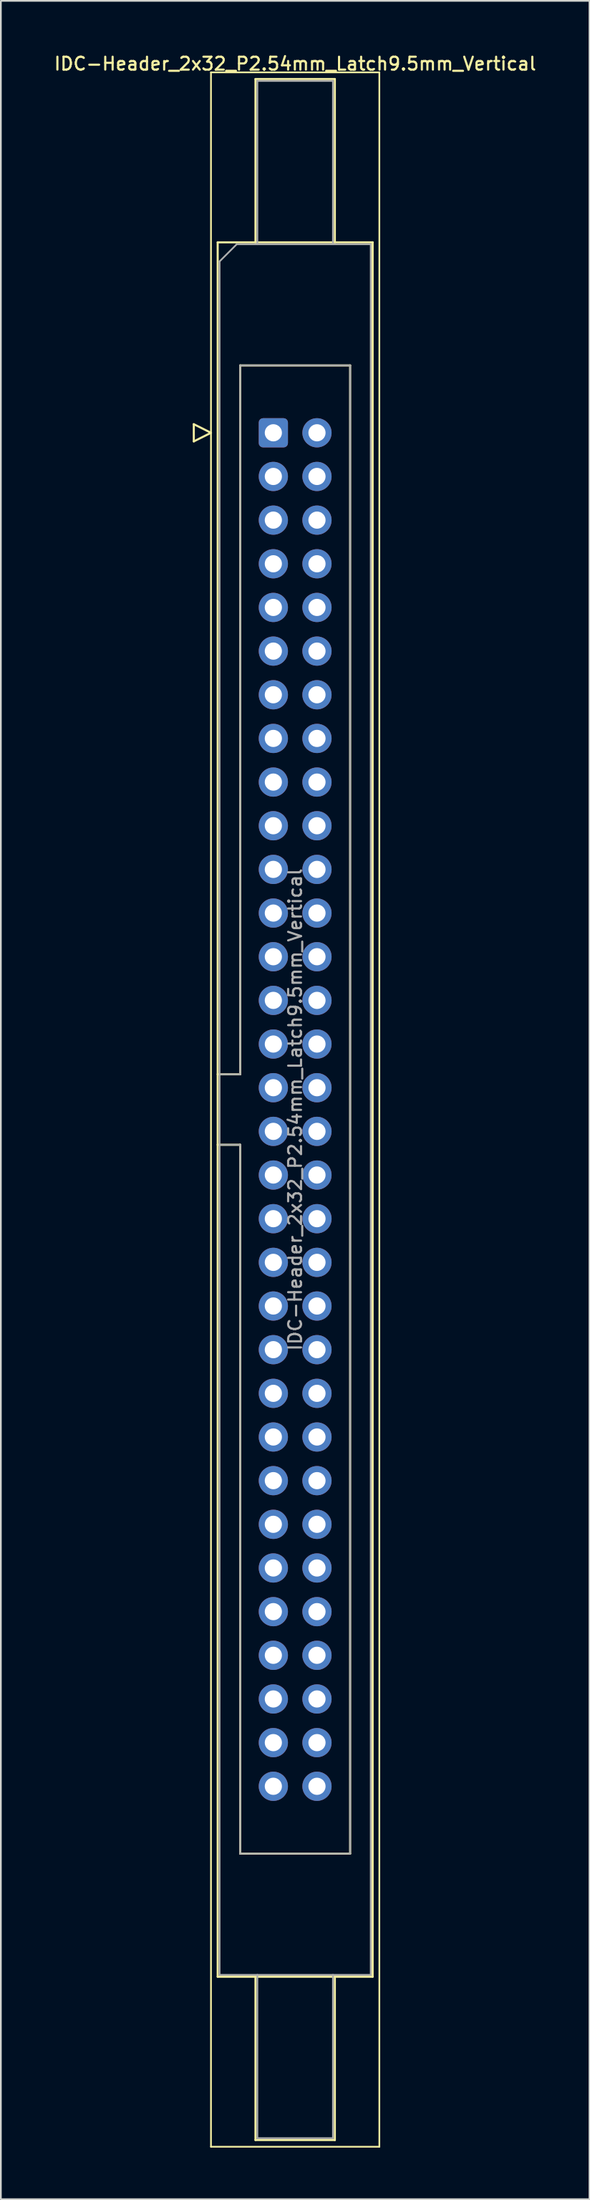
<source format=kicad_pcb>
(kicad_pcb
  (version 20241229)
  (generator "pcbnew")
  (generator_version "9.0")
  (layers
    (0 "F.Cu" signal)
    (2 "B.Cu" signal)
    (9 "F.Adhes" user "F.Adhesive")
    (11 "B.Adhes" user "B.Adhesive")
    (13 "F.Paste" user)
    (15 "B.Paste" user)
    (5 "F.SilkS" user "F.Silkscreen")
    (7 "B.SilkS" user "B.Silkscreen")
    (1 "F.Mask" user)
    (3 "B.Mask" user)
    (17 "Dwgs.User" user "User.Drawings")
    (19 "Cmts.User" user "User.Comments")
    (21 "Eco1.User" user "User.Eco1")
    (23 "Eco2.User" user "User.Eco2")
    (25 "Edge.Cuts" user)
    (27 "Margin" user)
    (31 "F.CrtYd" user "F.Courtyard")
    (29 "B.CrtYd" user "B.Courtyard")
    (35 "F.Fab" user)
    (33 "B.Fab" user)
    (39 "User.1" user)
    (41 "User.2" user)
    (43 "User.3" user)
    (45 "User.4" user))
  (footprint "IDC-Header_2x32_P2.54mm_Latch9.5mm_Vertical"
    (layer "F.Cu")
    (at 12.86 22.128)
    (property "Reference" "IDC-Header_2x32_P2.54mm_Latch9.5mm_Vertical" (at 1.27 -21.47 0) (layer "F.SilkS") (effects (font (size 0.75 0.75) (thickness 0.125))))
    (attr through_hole)
    (fp_line (start -4.63 -0.5) (end -4.63 0.5) (stroke (width 0.12) (type solid)) (layer "F.SilkS"))
    (fp_line (start -4.63 0.5) (end -3.63 0) (stroke (width 0.12) (type solid)) (layer "F.SilkS"))
    (fp_line (start -3.63 -20.97) (end -3.63 99.71) (stroke (width 0.1) (type solid)) (layer "F.SilkS"))
    (fp_line (start -3.63 0) (end -4.63 -0.5) (stroke (width 0.12) (type solid)) (layer "F.SilkS"))
    (fp_line (start -3.63 99.71) (end 6.17 99.71) (stroke (width 0.1) (type solid)) (layer "F.SilkS"))
    (fp_line (start -3.24 -11.08) (end 5.78 -11.08) (stroke (width 0.12) (type solid)) (layer "F.SilkS"))
    (fp_line (start -3.24 37.32) (end -1.93 37.32) (stroke (width 0.12) (type solid)) (layer "F.SilkS"))
    (fp_line (start -3.24 89.82) (end -3.24 -11.08) (stroke (width 0.12) (type solid)) (layer "F.SilkS"))
    (fp_line (start -1.93 -3.92) (end 4.47 -3.92) (stroke (width 0.12) (type solid)) (layer "F.SilkS"))
    (fp_line (start -1.93 37.32) (end -1.93 -3.92) (stroke (width 0.12) (type solid)) (layer "F.SilkS"))
    (fp_line (start -1.93 41.42) (end -3.24 41.42) (stroke (width 0.12) (type solid)) (layer "F.SilkS"))
    (fp_line (start -1.93 41.42) (end -1.93 41.42) (stroke (width 0.12) (type solid)) (layer "F.SilkS"))
    (fp_line (start -1.93 82.66) (end -1.93 41.42) (stroke (width 0.12) (type solid)) (layer "F.SilkS"))
    (fp_line (start -1.04 -20.58) (end 3.58 -20.58) (stroke (width 0.12) (type solid)) (layer "F.SilkS"))
    (fp_line (start -1.04 -11.08) (end -1.04 -20.58) (stroke (width 0.12) (type solid)) (layer "F.SilkS"))
    (fp_line (start -1.04 89.82) (end -1.04 99.32) (stroke (width 0.12) (type solid)) (layer "F.SilkS"))
    (fp_line (start -1.04 99.32) (end 3.58 99.32) (stroke (width 0.12) (type solid)) (layer "F.SilkS"))
    (fp_line (start 3.58 -20.58) (end 3.58 -11.08) (stroke (width 0.12) (type solid)) (layer "F.SilkS"))
    (fp_line (start 3.58 99.32) (end 3.58 89.82) (stroke (width 0.12) (type solid)) (layer "F.SilkS"))
    (fp_line (start 4.47 -3.92) (end 4.47 82.66) (stroke (width 0.12) (type solid)) (layer "F.SilkS"))
    (fp_line (start 4.47 82.66) (end -1.93 82.66) (stroke (width 0.12) (type solid)) (layer "F.SilkS"))
    (fp_line (start 5.78 -11.08) (end 5.78 89.82) (stroke (width 0.12) (type solid)) (layer "F.SilkS"))
    (fp_line (start 5.78 89.82) (end -3.24 89.82) (stroke (width 0.12) (type solid)) (layer "F.SilkS"))
    (fp_line (start 6.17 -20.97) (end -3.63 -20.97) (stroke (width 0.1) (type solid)) (layer "F.SilkS"))
    (fp_line (start 6.17 99.71) (end 6.17 -20.97) (stroke (width 0.1) (type solid)) (layer "F.SilkS"))
    (fp_line (start -3.13 -9.97) (end -2.13 -10.97) (stroke (width 0.1) (type solid)) (layer "F.Fab"))
    (fp_line (start -3.13 37.32) (end -1.93 37.32) (stroke (width 0.1) (type solid)) (layer "F.Fab"))
    (fp_line (start -3.13 89.71) (end -3.13 -9.97) (stroke (width 0.1) (type solid)) (layer "F.Fab"))
    (fp_line (start -2.13 -10.97) (end 5.67 -10.97) (stroke (width 0.1) (type solid)) (layer "F.Fab"))
    (fp_line (start -1.93 -3.92) (end 4.47 -3.92) (stroke (width 0.1) (type solid)) (layer "F.Fab"))
    (fp_line (start -1.93 37.32) (end -1.93 -3.92) (stroke (width 0.1) (type solid)) (layer "F.Fab"))
    (fp_line (start -1.93 41.42) (end -3.13 41.42) (stroke (width 0.1) (type solid)) (layer "F.Fab"))
    (fp_line (start -1.93 41.42) (end -1.93 41.42) (stroke (width 0.1) (type solid)) (layer "F.Fab"))
    (fp_line (start -1.93 82.66) (end -1.93 41.42) (stroke (width 0.1) (type solid)) (layer "F.Fab"))
    (fp_line (start -0.93 -20.47) (end 3.47 -20.47) (stroke (width 0.1) (type solid)) (layer "F.Fab"))
    (fp_line (start -0.93 -10.97) (end -0.93 -20.47) (stroke (width 0.1) (type solid)) (layer "F.Fab"))
    (fp_line (start -0.93 89.71) (end -0.93 99.21) (stroke (width 0.1) (type solid)) (layer "F.Fab"))
    (fp_line (start -0.93 99.21) (end 3.47 99.21) (stroke (width 0.1) (type solid)) (layer "F.Fab"))
    (fp_line (start 3.47 -20.47) (end 3.47 -10.97) (stroke (width 0.1) (type solid)) (layer "F.Fab"))
    (fp_line (start 3.47 99.21) (end 3.47 89.71) (stroke (width 0.1) (type solid)) (layer "F.Fab"))
    (fp_line (start 4.47 -3.92) (end 4.47 82.66) (stroke (width 0.1) (type solid)) (layer "F.Fab"))
    (fp_line (start 4.47 82.66) (end -1.93 82.66) (stroke (width 0.1) (type solid)) (layer "F.Fab"))
    (fp_line (start 5.67 -10.97) (end 5.67 89.71) (stroke (width 0.1) (type solid)) (layer "F.Fab"))
    (fp_line (start 5.67 89.71) (end -3.13 89.71) (stroke (width 0.1) (type solid)) (layer "F.Fab"))
    (fp_text user "${REFERENCE}" (at 1.27 39.37 90) (layer "F.Fab") (effects (font (size 0.75 0.75) (thickness 0.125))))
    (pad "1" thru_hole roundrect (at 0 0) (size 1.7 1.7) (drill 1) (layers "*.Cu" "*.Mask") (roundrect_rratio 0.147))
    (pad "2" thru_hole circle (at 2.54 0) (size 1.7 1.7) (drill 1) (layers "*.Cu" "*.Mask"))
    (pad "3" thru_hole circle (at 0 2.54) (size 1.7 1.7) (drill 1) (layers "*.Cu" "*.Mask"))
    (pad "4" thru_hole circle (at 2.54 2.54) (size 1.7 1.7) (drill 1) (layers "*.Cu" "*.Mask"))
    (pad "5" thru_hole circle (at 0 5.08) (size 1.7 1.7) (drill 1) (layers "*.Cu" "*.Mask"))
    (pad "6" thru_hole circle (at 2.54 5.08) (size 1.7 1.7) (drill 1) (layers "*.Cu" "*.Mask"))
    (pad "7" thru_hole circle (at 0 7.62) (size 1.7 1.7) (drill 1) (layers "*.Cu" "*.Mask"))
    (pad "8" thru_hole circle (at 2.54 7.62) (size 1.7 1.7) (drill 1) (layers "*.Cu" "*.Mask"))
    (pad "9" thru_hole circle (at 0 10.16) (size 1.7 1.7) (drill 1) (layers "*.Cu" "*.Mask"))
    (pad "10" thru_hole circle (at 2.54 10.16) (size 1.7 1.7) (drill 1) (layers "*.Cu" "*.Mask"))
    (pad "11" thru_hole circle (at 0 12.7) (size 1.7 1.7) (drill 1) (layers "*.Cu" "*.Mask"))
    (pad "12" thru_hole circle (at 2.54 12.7) (size 1.7 1.7) (drill 1) (layers "*.Cu" "*.Mask"))
    (pad "13" thru_hole circle (at 0 15.24) (size 1.7 1.7) (drill 1) (layers "*.Cu" "*.Mask"))
    (pad "14" thru_hole circle (at 2.54 15.24) (size 1.7 1.7) (drill 1) (layers "*.Cu" "*.Mask"))
    (pad "15" thru_hole circle (at 0 17.78) (size 1.7 1.7) (drill 1) (layers "*.Cu" "*.Mask"))
    (pad "16" thru_hole circle (at 2.54 17.78) (size 1.7 1.7) (drill 1) (layers "*.Cu" "*.Mask"))
    (pad "17" thru_hole circle (at 0 20.32) (size 1.7 1.7) (drill 1) (layers "*.Cu" "*.Mask"))
    (pad "18" thru_hole circle (at 2.54 20.32) (size 1.7 1.7) (drill 1) (layers "*.Cu" "*.Mask"))
    (pad "19" thru_hole circle (at 0 22.86) (size 1.7 1.7) (drill 1) (layers "*.Cu" "*.Mask"))
    (pad "20" thru_hole circle (at 2.54 22.86) (size 1.7 1.7) (drill 1) (layers "*.Cu" "*.Mask"))
    (pad "21" thru_hole circle (at 0 25.4) (size 1.7 1.7) (drill 1) (layers "*.Cu" "*.Mask"))
    (pad "22" thru_hole circle (at 2.54 25.4) (size 1.7 1.7) (drill 1) (layers "*.Cu" "*.Mask"))
    (pad "23" thru_hole circle (at 0 27.94) (size 1.7 1.7) (drill 1) (layers "*.Cu" "*.Mask"))
    (pad "24" thru_hole circle (at 2.54 27.94) (size 1.7 1.7) (drill 1) (layers "*.Cu" "*.Mask"))
    (pad "25" thru_hole circle (at 0 30.48) (size 1.7 1.7) (drill 1) (layers "*.Cu" "*.Mask"))
    (pad "26" thru_hole circle (at 2.54 30.48) (size 1.7 1.7) (drill 1) (layers "*.Cu" "*.Mask"))
    (pad "27" thru_hole circle (at 0 33.02) (size 1.7 1.7) (drill 1) (layers "*.Cu" "*.Mask"))
    (pad "28" thru_hole circle (at 2.54 33.02) (size 1.7 1.7) (drill 1) (layers "*.Cu" "*.Mask"))
    (pad "29" thru_hole circle (at 0 35.56) (size 1.7 1.7) (drill 1) (layers "*.Cu" "*.Mask"))
    (pad "30" thru_hole circle (at 2.54 35.56) (size 1.7 1.7) (drill 1) (layers "*.Cu" "*.Mask"))
    (pad "31" thru_hole circle (at 0 38.1) (size 1.7 1.7) (drill 1) (layers "*.Cu" "*.Mask"))
    (pad "32" thru_hole circle (at 2.54 38.1) (size 1.7 1.7) (drill 1) (layers "*.Cu" "*.Mask"))
    (pad "33" thru_hole circle (at 0 40.64) (size 1.7 1.7) (drill 1) (layers "*.Cu" "*.Mask"))
    (pad "34" thru_hole circle (at 2.54 40.64) (size 1.7 1.7) (drill 1) (layers "*.Cu" "*.Mask"))
    (pad "35" thru_hole circle (at 0 43.18) (size 1.7 1.7) (drill 1) (layers "*.Cu" "*.Mask"))
    (pad "36" thru_hole circle (at 2.54 43.18) (size 1.7 1.7) (drill 1) (layers "*.Cu" "*.Mask"))
    (pad "37" thru_hole circle (at 0 45.72) (size 1.7 1.7) (drill 1) (layers "*.Cu" "*.Mask"))
    (pad "38" thru_hole circle (at 2.54 45.72) (size 1.7 1.7) (drill 1) (layers "*.Cu" "*.Mask"))
    (pad "39" thru_hole circle (at 0 48.26) (size 1.7 1.7) (drill 1) (layers "*.Cu" "*.Mask"))
    (pad "40" thru_hole circle (at 2.54 48.26) (size 1.7 1.7) (drill 1) (layers "*.Cu" "*.Mask"))
    (pad "41" thru_hole circle (at 0 50.8) (size 1.7 1.7) (drill 1) (layers "*.Cu" "*.Mask"))
    (pad "42" thru_hole circle (at 2.54 50.8) (size 1.7 1.7) (drill 1) (layers "*.Cu" "*.Mask"))
    (pad "43" thru_hole circle (at 0 53.34) (size 1.7 1.7) (drill 1) (layers "*.Cu" "*.Mask"))
    (pad "44" thru_hole circle (at 2.54 53.34) (size 1.7 1.7) (drill 1) (layers "*.Cu" "*.Mask"))
    (pad "45" thru_hole circle (at 0 55.88) (size 1.7 1.7) (drill 1) (layers "*.Cu" "*.Mask"))
    (pad "46" thru_hole circle (at 2.54 55.88) (size 1.7 1.7) (drill 1) (layers "*.Cu" "*.Mask"))
    (pad "47" thru_hole circle (at 0 58.42) (size 1.7 1.7) (drill 1) (layers "*.Cu" "*.Mask"))
    (pad "48" thru_hole circle (at 2.54 58.42) (size 1.7 1.7) (drill 1) (layers "*.Cu" "*.Mask"))
    (pad "49" thru_hole circle (at 0 60.96) (size 1.7 1.7) (drill 1) (layers "*.Cu" "*.Mask"))
    (pad "50" thru_hole circle (at 2.54 60.96) (size 1.7 1.7) (drill 1) (layers "*.Cu" "*.Mask"))
    (pad "51" thru_hole circle (at 0 63.5) (size 1.7 1.7) (drill 1) (layers "*.Cu" "*.Mask"))
    (pad "52" thru_hole circle (at 2.54 63.5) (size 1.7 1.7) (drill 1) (layers "*.Cu" "*.Mask"))
    (pad "53" thru_hole circle (at 0 66.04) (size 1.7 1.7) (drill 1) (layers "*.Cu" "*.Mask"))
    (pad "54" thru_hole circle (at 2.54 66.04) (size 1.7 1.7) (drill 1) (layers "*.Cu" "*.Mask"))
    (pad "55" thru_hole circle (at 0 68.58) (size 1.7 1.7) (drill 1) (layers "*.Cu" "*.Mask"))
    (pad "56" thru_hole circle (at 2.54 68.58) (size 1.7 1.7) (drill 1) (layers "*.Cu" "*.Mask"))
    (pad "57" thru_hole circle (at 0 71.12) (size 1.7 1.7) (drill 1) (layers "*.Cu" "*.Mask"))
    (pad "58" thru_hole circle (at 2.54 71.12) (size 1.7 1.7) (drill 1) (layers "*.Cu" "*.Mask"))
    (pad "59" thru_hole circle (at 0 73.66) (size 1.7 1.7) (drill 1) (layers "*.Cu" "*.Mask"))
    (pad "60" thru_hole circle (at 2.54 73.66) (size 1.7 1.7) (drill 1) (layers "*.Cu" "*.Mask"))
    (pad "61" thru_hole circle (at 0 76.2) (size 1.7 1.7) (drill 1) (layers "*.Cu" "*.Mask"))
    (pad "62" thru_hole circle (at 2.54 76.2) (size 1.7 1.7) (drill 1) (layers "*.Cu" "*.Mask"))
    (pad "63" thru_hole circle (at 0 78.74) (size 1.7 1.7) (drill 1) (layers "*.Cu" "*.Mask"))
    (pad "64" thru_hole circle (at 2.54 78.74) (size 1.7 1.7) (drill 1) (layers "*.Cu" "*.Mask")))
  (gr_rect
    (start -3 -3)
    (end 31.261 124.888)
    (stroke (width 0.1) (type default))
    (fill no)
    (layer "Edge.Cuts")))
</source>
